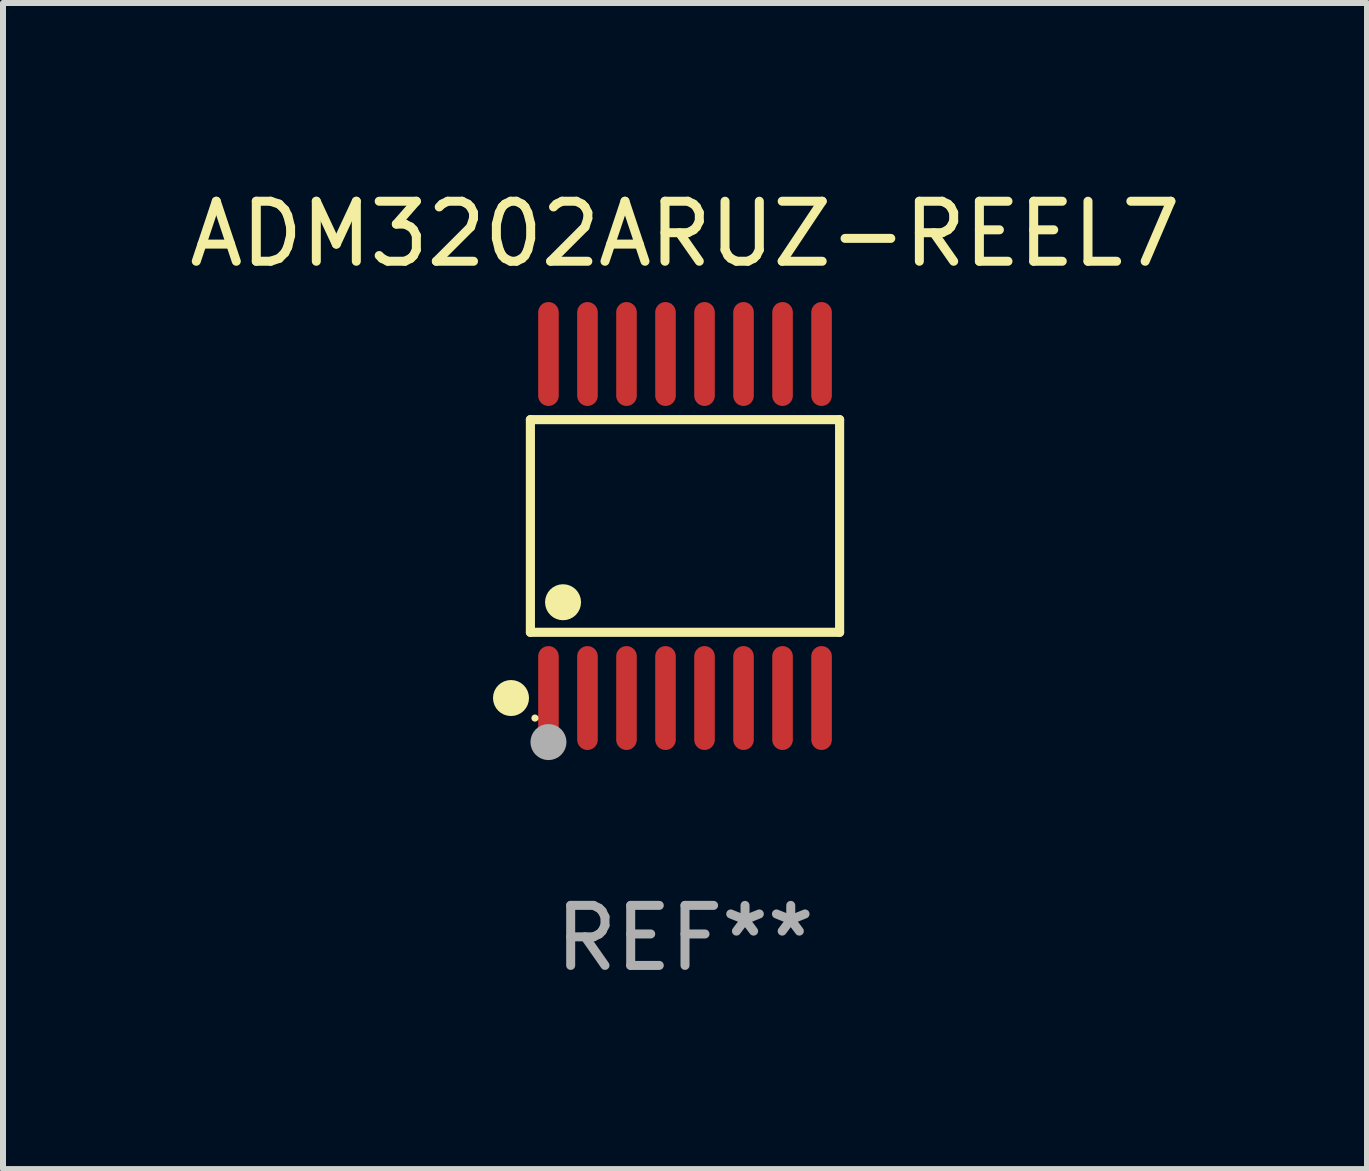
<source format=kicad_pcb>
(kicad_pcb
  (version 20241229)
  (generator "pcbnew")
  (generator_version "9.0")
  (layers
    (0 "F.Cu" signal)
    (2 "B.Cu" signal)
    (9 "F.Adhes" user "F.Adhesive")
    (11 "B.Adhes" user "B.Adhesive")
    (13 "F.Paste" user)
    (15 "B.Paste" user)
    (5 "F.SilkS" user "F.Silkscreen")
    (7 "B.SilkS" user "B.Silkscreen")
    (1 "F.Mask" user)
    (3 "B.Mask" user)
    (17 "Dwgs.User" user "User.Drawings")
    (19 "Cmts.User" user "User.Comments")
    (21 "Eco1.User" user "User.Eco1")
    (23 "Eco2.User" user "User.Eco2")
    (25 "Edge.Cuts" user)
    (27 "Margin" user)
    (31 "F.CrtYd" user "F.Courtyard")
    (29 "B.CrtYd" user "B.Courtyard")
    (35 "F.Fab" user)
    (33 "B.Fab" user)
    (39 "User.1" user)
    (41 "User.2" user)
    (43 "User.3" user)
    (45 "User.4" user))
  (footprint "ADM3202ARUZ-REEL7"
    (layer "F.Cu")
    (at 8.363 5.714)
    (property "Reference" "ADM3202ARUZ-REEL7" (at 0 -4.866 0) (layer "F.SilkS") (effects (font (size 1 1) (thickness 0.15))))
    (attr through_hole)
    (fp_line (start -2.576 -1.772) (end 2.576 -1.772) (stroke (width 0.152) (type solid)) (layer "F.SilkS"))
    (fp_line (start -2.576 1.771) (end -2.576 -1.772) (stroke (width 0.152) (type solid)) (layer "F.SilkS"))
    (fp_line (start 2.576 -1.772) (end 2.576 1.771) (stroke (width 0.152) (type solid)) (layer "F.SilkS"))
    (fp_line (start 2.576 1.771) (end -2.576 1.771) (stroke (width 0.152) (type solid)) (layer "F.SilkS"))
    (fp_circle (center -2.899 2.866) (end -2.749 2.866) (stroke (width 0.3) (type solid)) (fill no) (layer "F.SilkS"))
    (fp_circle (center -2.5 3.2) (end -2.47 3.2) (stroke (width 0.06) (type solid)) (fill no) (layer "F.SilkS"))
    (fp_circle (center -2.032 1.27) (end -1.882 1.27) (stroke (width 0.3) (type solid)) (fill no) (layer "F.SilkS"))
    (fp_circle (center -2.275 3.6) (end -2.125 3.6) (stroke (width 0.3) (type solid)) (fill no) (layer "F.Fab"))
    (fp_text user "REF**" (at 0 6.866 0) (layer "F.Fab") (effects (font (size 1 1) (thickness 0.15))))
    (pad "1" smd oval (at -2.275 2.866) (size 0.343 1.731) (layers "F.Cu" "F.Mask" "F.Paste"))
    (pad "2" smd oval (at -1.625 2.866) (size 0.343 1.731) (layers "F.Cu" "F.Mask" "F.Paste"))
    (pad "3" smd oval (at -0.975 2.866) (size 0.343 1.731) (layers "F.Cu" "F.Mask" "F.Paste"))
    (pad "4" smd oval (at -0.325 2.866) (size 0.343 1.731) (layers "F.Cu" "F.Mask" "F.Paste"))
    (pad "5" smd oval (at 0.325 2.866) (size 0.343 1.731) (layers "F.Cu" "F.Mask" "F.Paste"))
    (pad "6" smd oval (at 0.975 2.866) (size 0.343 1.731) (layers "F.Cu" "F.Mask" "F.Paste"))
    (pad "7" smd oval (at 1.625 2.866) (size 0.343 1.731) (layers "F.Cu" "F.Mask" "F.Paste"))
    (pad "8" smd oval (at 2.275 2.866) (size 0.343 1.731) (layers "F.Cu" "F.Mask" "F.Paste"))
    (pad "9" smd oval (at 2.275 -2.866) (size 0.343 1.731) (layers "F.Cu" "F.Mask" "F.Paste"))
    (pad "10" smd oval (at 1.625 -2.866) (size 0.343 1.731) (layers "F.Cu" "F.Mask" "F.Paste"))
    (pad "11" smd oval (at 0.975 -2.866) (size 0.343 1.731) (layers "F.Cu" "F.Mask" "F.Paste"))
    (pad "12" smd oval (at 0.325 -2.866) (size 0.343 1.731) (layers "F.Cu" "F.Mask" "F.Paste"))
    (pad "13" smd oval (at -0.325 -2.866) (size 0.343 1.731) (layers "F.Cu" "F.Mask" "F.Paste"))
    (pad "14" smd oval (at -0.975 -2.866) (size 0.343 1.731) (layers "F.Cu" "F.Mask" "F.Paste"))
    (pad "15" smd oval (at -1.625 -2.866) (size 0.343 1.731) (layers "F.Cu" "F.Mask" "F.Paste"))
    (pad "16" smd oval (at -2.275 -2.866) (size 0.343 1.731) (layers "F.Cu" "F.Mask" "F.Paste")))
  (gr_rect
    (start -3 -3)
    (end 19.726 16.428)
    (stroke (width 0.1) (type default))
    (fill no)
    (layer "Edge.Cuts")))
</source>
